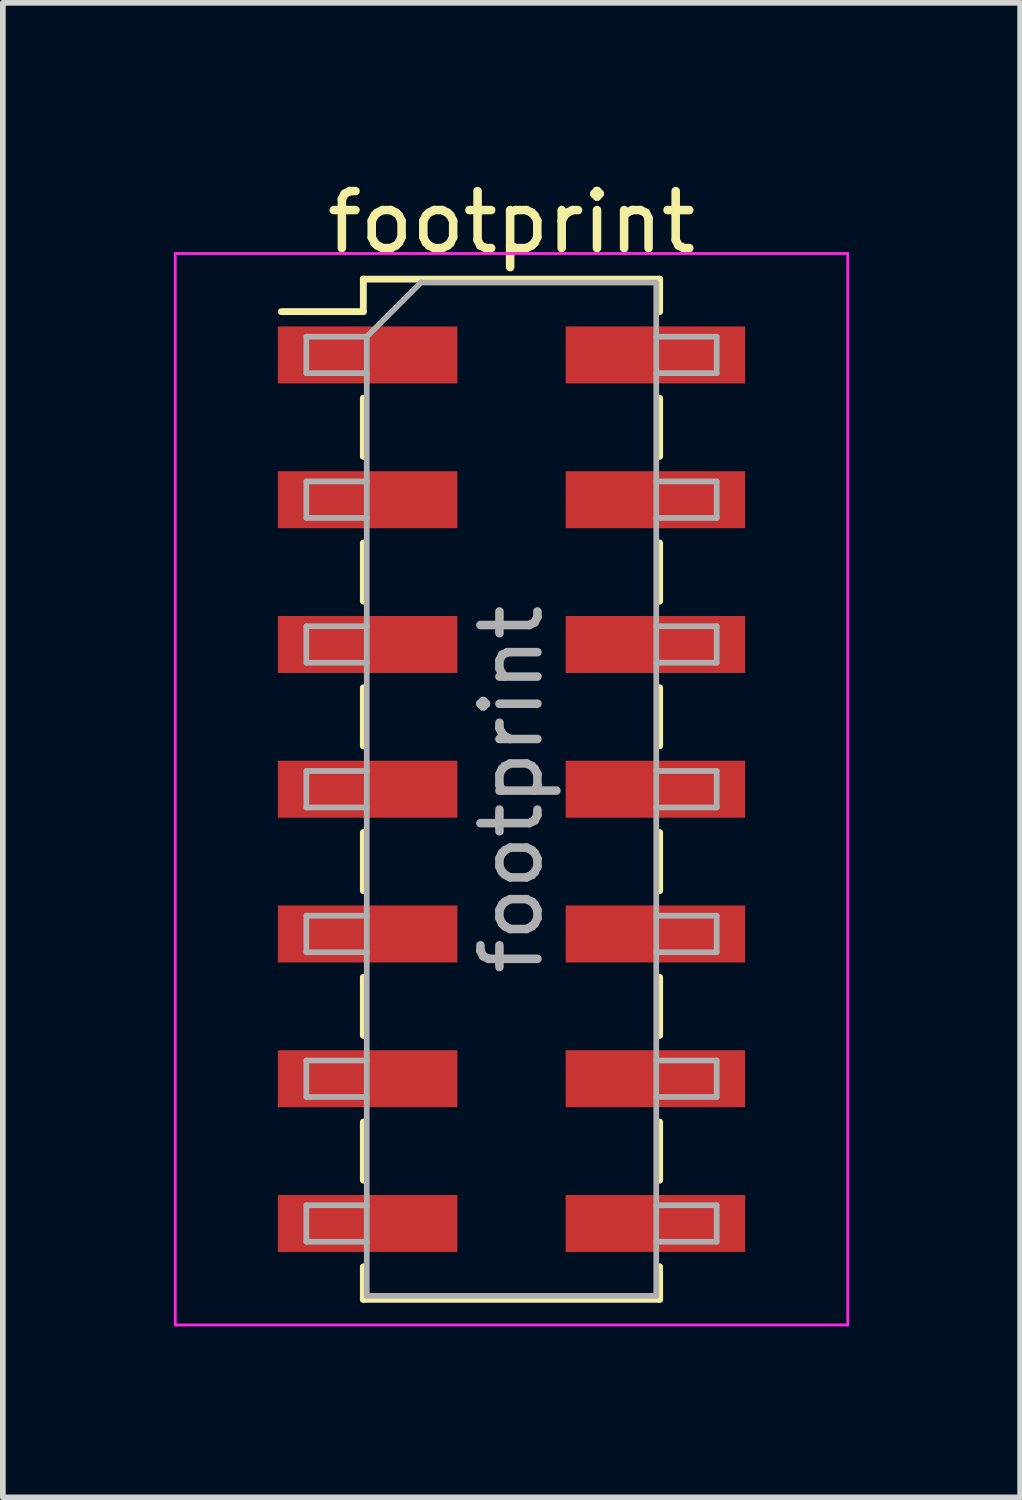
<source format=kicad_pcb>
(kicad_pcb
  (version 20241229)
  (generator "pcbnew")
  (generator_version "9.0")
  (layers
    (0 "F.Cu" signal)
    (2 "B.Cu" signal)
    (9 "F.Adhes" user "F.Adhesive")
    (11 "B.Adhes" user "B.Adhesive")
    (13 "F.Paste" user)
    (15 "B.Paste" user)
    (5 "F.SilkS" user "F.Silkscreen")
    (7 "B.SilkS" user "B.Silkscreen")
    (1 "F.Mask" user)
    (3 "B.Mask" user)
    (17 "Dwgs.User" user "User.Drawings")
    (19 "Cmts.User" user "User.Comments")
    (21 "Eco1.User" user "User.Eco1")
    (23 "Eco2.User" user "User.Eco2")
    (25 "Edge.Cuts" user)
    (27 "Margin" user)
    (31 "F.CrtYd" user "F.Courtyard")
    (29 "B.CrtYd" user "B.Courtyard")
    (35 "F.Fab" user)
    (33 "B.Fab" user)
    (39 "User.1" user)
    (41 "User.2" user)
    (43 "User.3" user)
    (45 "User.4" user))
  (footprint "footprint"
    (layer "F.Cu")
    (at 5.925 10.798)
    (property "Reference" "footprint" (at 0 -9.95 0) (layer "F.SilkS") (effects (font (size 1 1) (thickness 0.15))))
    (attr smd)
    (fp_line (start -4.04 -8.38) (end -2.6 -8.38) (stroke (width 0.12) (type solid)) (layer "F.SilkS"))
    (fp_line (start -2.6 -8.95) (end -2.6 -8.38) (stroke (width 0.12) (type solid)) (layer "F.SilkS"))
    (fp_line (start -2.6 -8.95) (end 2.6 -8.95) (stroke (width 0.12) (type solid)) (layer "F.SilkS"))
    (fp_line (start -2.6 -6.86) (end -2.6 -5.84) (stroke (width 0.12) (type solid)) (layer "F.SilkS"))
    (fp_line (start -2.6 -4.32) (end -2.6 -3.3) (stroke (width 0.12) (type solid)) (layer "F.SilkS"))
    (fp_line (start -2.6 -1.78) (end -2.6 -0.76) (stroke (width 0.12) (type solid)) (layer "F.SilkS"))
    (fp_line (start -2.6 0.76) (end -2.6 1.78) (stroke (width 0.12) (type solid)) (layer "F.SilkS"))
    (fp_line (start -2.6 3.3) (end -2.6 4.32) (stroke (width 0.12) (type solid)) (layer "F.SilkS"))
    (fp_line (start -2.6 5.84) (end -2.6 6.86) (stroke (width 0.12) (type solid)) (layer "F.SilkS"))
    (fp_line (start -2.6 8.38) (end -2.6 8.95) (stroke (width 0.12) (type solid)) (layer "F.SilkS"))
    (fp_line (start -2.6 8.95) (end 2.6 8.95) (stroke (width 0.12) (type solid)) (layer "F.SilkS"))
    (fp_line (start 2.6 -8.95) (end 2.6 -8.38) (stroke (width 0.12) (type solid)) (layer "F.SilkS"))
    (fp_line (start 2.6 -6.86) (end 2.6 -5.84) (stroke (width 0.12) (type solid)) (layer "F.SilkS"))
    (fp_line (start 2.6 -4.32) (end 2.6 -3.3) (stroke (width 0.12) (type solid)) (layer "F.SilkS"))
    (fp_line (start 2.6 -1.78) (end 2.6 -0.76) (stroke (width 0.12) (type solid)) (layer "F.SilkS"))
    (fp_line (start 2.6 0.76) (end 2.6 1.78) (stroke (width 0.12) (type solid)) (layer "F.SilkS"))
    (fp_line (start 2.6 3.3) (end 2.6 4.32) (stroke (width 0.12) (type solid)) (layer "F.SilkS"))
    (fp_line (start 2.6 5.84) (end 2.6 6.86) (stroke (width 0.12) (type solid)) (layer "F.SilkS"))
    (fp_line (start 2.6 8.38) (end 2.6 8.95) (stroke (width 0.12) (type solid)) (layer "F.SilkS"))
    (fp_line (start -5.9 -9.4) (end -5.9 9.4) (stroke (width 0.05) (type solid)) (layer "F.CrtYd"))
    (fp_line (start -5.9 9.4) (end 5.9 9.4) (stroke (width 0.05) (type solid)) (layer "F.CrtYd"))
    (fp_line (start 5.9 -9.4) (end -5.9 -9.4) (stroke (width 0.05) (type solid)) (layer "F.CrtYd"))
    (fp_line (start 5.9 9.4) (end 5.9 -9.4) (stroke (width 0.05) (type solid)) (layer "F.CrtYd"))
    (fp_line (start -3.6 -7.94) (end -3.6 -7.3) (stroke (width 0.1) (type solid)) (layer "F.Fab"))
    (fp_line (start -3.6 -7.3) (end -2.54 -7.3) (stroke (width 0.1) (type solid)) (layer "F.Fab"))
    (fp_line (start -3.6 -5.4) (end -3.6 -4.76) (stroke (width 0.1) (type solid)) (layer "F.Fab"))
    (fp_line (start -3.6 -4.76) (end -2.54 -4.76) (stroke (width 0.1) (type solid)) (layer "F.Fab"))
    (fp_line (start -3.6 -2.86) (end -3.6 -2.22) (stroke (width 0.1) (type solid)) (layer "F.Fab"))
    (fp_line (start -3.6 -2.22) (end -2.54 -2.22) (stroke (width 0.1) (type solid)) (layer "F.Fab"))
    (fp_line (start -3.6 -0.32) (end -3.6 0.32) (stroke (width 0.1) (type solid)) (layer "F.Fab"))
    (fp_line (start -3.6 0.32) (end -2.54 0.32) (stroke (width 0.1) (type solid)) (layer "F.Fab"))
    (fp_line (start -3.6 2.22) (end -3.6 2.86) (stroke (width 0.1) (type solid)) (layer "F.Fab"))
    (fp_line (start -3.6 2.86) (end -2.54 2.86) (stroke (width 0.1) (type solid)) (layer "F.Fab"))
    (fp_line (start -3.6 4.76) (end -3.6 5.4) (stroke (width 0.1) (type solid)) (layer "F.Fab"))
    (fp_line (start -3.6 5.4) (end -2.54 5.4) (stroke (width 0.1) (type solid)) (layer "F.Fab"))
    (fp_line (start -3.6 7.3) (end -3.6 7.94) (stroke (width 0.1) (type solid)) (layer "F.Fab"))
    (fp_line (start -3.6 7.94) (end -2.54 7.94) (stroke (width 0.1) (type solid)) (layer "F.Fab"))
    (fp_line (start -2.54 -7.94) (end -3.6 -7.94) (stroke (width 0.1) (type solid)) (layer "F.Fab"))
    (fp_line (start -2.54 -7.94) (end -1.59 -8.89) (stroke (width 0.1) (type solid)) (layer "F.Fab"))
    (fp_line (start -2.54 -5.4) (end -3.6 -5.4) (stroke (width 0.1) (type solid)) (layer "F.Fab"))
    (fp_line (start -2.54 -2.86) (end -3.6 -2.86) (stroke (width 0.1) (type solid)) (layer "F.Fab"))
    (fp_line (start -2.54 -0.32) (end -3.6 -0.32) (stroke (width 0.1) (type solid)) (layer "F.Fab"))
    (fp_line (start -2.54 2.22) (end -3.6 2.22) (stroke (width 0.1) (type solid)) (layer "F.Fab"))
    (fp_line (start -2.54 4.76) (end -3.6 4.76) (stroke (width 0.1) (type solid)) (layer "F.Fab"))
    (fp_line (start -2.54 7.3) (end -3.6 7.3) (stroke (width 0.1) (type solid)) (layer "F.Fab"))
    (fp_line (start -2.54 8.89) (end -2.54 -7.94) (stroke (width 0.1) (type solid)) (layer "F.Fab"))
    (fp_line (start -1.59 -8.89) (end 2.54 -8.89) (stroke (width 0.1) (type solid)) (layer "F.Fab"))
    (fp_line (start 2.54 -8.89) (end 2.54 8.89) (stroke (width 0.1) (type solid)) (layer "F.Fab"))
    (fp_line (start 2.54 -7.94) (end 3.6 -7.94) (stroke (width 0.1) (type solid)) (layer "F.Fab"))
    (fp_line (start 2.54 -5.4) (end 3.6 -5.4) (stroke (width 0.1) (type solid)) (layer "F.Fab"))
    (fp_line (start 2.54 -2.86) (end 3.6 -2.86) (stroke (width 0.1) (type solid)) (layer "F.Fab"))
    (fp_line (start 2.54 -0.32) (end 3.6 -0.32) (stroke (width 0.1) (type solid)) (layer "F.Fab"))
    (fp_line (start 2.54 2.22) (end 3.6 2.22) (stroke (width 0.1) (type solid)) (layer "F.Fab"))
    (fp_line (start 2.54 4.76) (end 3.6 4.76) (stroke (width 0.1) (type solid)) (layer "F.Fab"))
    (fp_line (start 2.54 7.3) (end 3.6 7.3) (stroke (width 0.1) (type solid)) (layer "F.Fab"))
    (fp_line (start 2.54 8.89) (end -2.54 8.89) (stroke (width 0.1) (type solid)) (layer "F.Fab"))
    (fp_line (start 3.6 -7.94) (end 3.6 -7.3) (stroke (width 0.1) (type solid)) (layer "F.Fab"))
    (fp_line (start 3.6 -7.3) (end 2.54 -7.3) (stroke (width 0.1) (type solid)) (layer "F.Fab"))
    (fp_line (start 3.6 -5.4) (end 3.6 -4.76) (stroke (width 0.1) (type solid)) (layer "F.Fab"))
    (fp_line (start 3.6 -4.76) (end 2.54 -4.76) (stroke (width 0.1) (type solid)) (layer "F.Fab"))
    (fp_line (start 3.6 -2.86) (end 3.6 -2.22) (stroke (width 0.1) (type solid)) (layer "F.Fab"))
    (fp_line (start 3.6 -2.22) (end 2.54 -2.22) (stroke (width 0.1) (type solid)) (layer "F.Fab"))
    (fp_line (start 3.6 -0.32) (end 3.6 0.32) (stroke (width 0.1) (type solid)) (layer "F.Fab"))
    (fp_line (start 3.6 0.32) (end 2.54 0.32) (stroke (width 0.1) (type solid)) (layer "F.Fab"))
    (fp_line (start 3.6 2.22) (end 3.6 2.86) (stroke (width 0.1) (type solid)) (layer "F.Fab"))
    (fp_line (start 3.6 2.86) (end 2.54 2.86) (stroke (width 0.1) (type solid)) (layer "F.Fab"))
    (fp_line (start 3.6 4.76) (end 3.6 5.4) (stroke (width 0.1) (type solid)) (layer "F.Fab"))
    (fp_line (start 3.6 5.4) (end 2.54 5.4) (stroke (width 0.1) (type solid)) (layer "F.Fab"))
    (fp_line (start 3.6 7.3) (end 3.6 7.94) (stroke (width 0.1) (type solid)) (layer "F.Fab"))
    (fp_line (start 3.6 7.94) (end 2.54 7.94) (stroke (width 0.1) (type solid)) (layer "F.Fab"))
    (fp_text user "${REFERENCE}" (at 0 0 90) (layer "F.Fab") (effects (font (size 1 1) (thickness 0.15))))
    (pad "1" smd rect (at -2.525 -7.62) (size 3.15 1) (layers "F.Cu" "F.Mask" "F.Paste"))
    (pad "2" smd rect (at 2.525 -7.62) (size 3.15 1) (layers "F.Cu" "F.Mask" "F.Paste"))
    (pad "3" smd rect (at -2.525 -5.08) (size 3.15 1) (layers "F.Cu" "F.Mask" "F.Paste"))
    (pad "4" smd rect (at 2.525 -5.08) (size 3.15 1) (layers "F.Cu" "F.Mask" "F.Paste"))
    (pad "5" smd rect (at -2.525 -2.54) (size 3.15 1) (layers "F.Cu" "F.Mask" "F.Paste"))
    (pad "6" smd rect (at 2.525 -2.54) (size 3.15 1) (layers "F.Cu" "F.Mask" "F.Paste"))
    (pad "7" smd rect (at -2.525 0) (size 3.15 1) (layers "F.Cu" "F.Mask" "F.Paste"))
    (pad "8" smd rect (at 2.525 0) (size 3.15 1) (layers "F.Cu" "F.Mask" "F.Paste"))
    (pad "9" smd rect (at -2.525 2.54) (size 3.15 1) (layers "F.Cu" "F.Mask" "F.Paste"))
    (pad "10" smd rect (at 2.525 2.54) (size 3.15 1) (layers "F.Cu" "F.Mask" "F.Paste"))
    (pad "11" smd rect (at -2.525 5.08) (size 3.15 1) (layers "F.Cu" "F.Mask" "F.Paste"))
    (pad "12" smd rect (at 2.525 5.08) (size 3.15 1) (layers "F.Cu" "F.Mask" "F.Paste"))
    (pad "13" smd rect (at -2.525 7.62) (size 3.15 1) (layers "F.Cu" "F.Mask" "F.Paste"))
    (pad "14" smd rect (at 2.525 7.62) (size 3.15 1) (layers "F.Cu" "F.Mask" "F.Paste")))
  (gr_rect
    (start -3 -3)
    (end 14.85 23.223)
    (stroke (width 0.1) (type default))
    (fill no)
    (layer "Edge.Cuts")))
</source>
